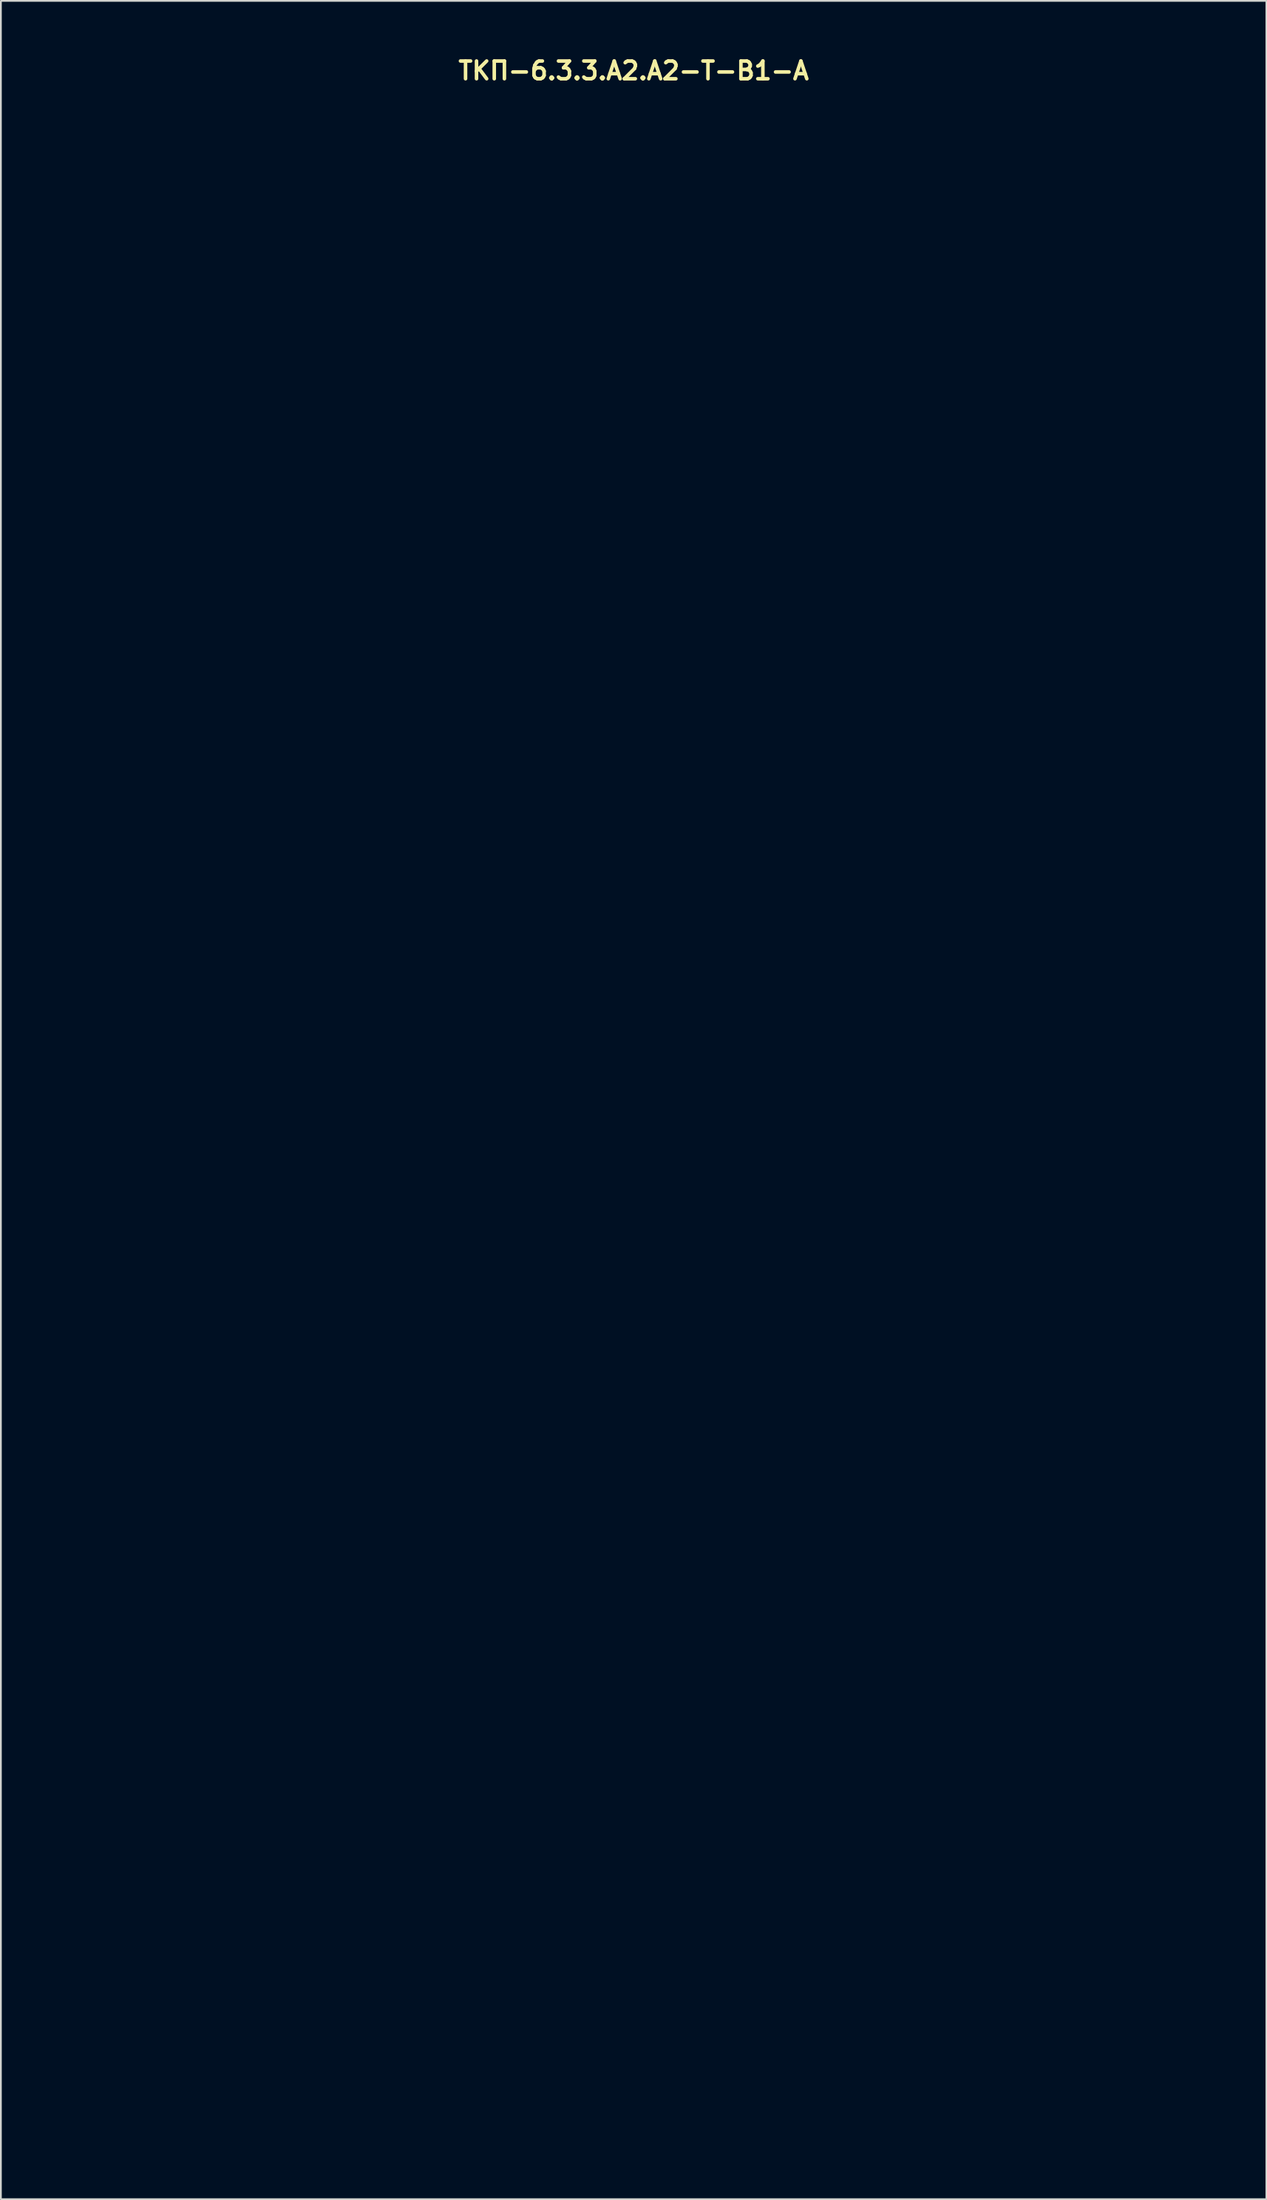
<source format=kicad_pcb>
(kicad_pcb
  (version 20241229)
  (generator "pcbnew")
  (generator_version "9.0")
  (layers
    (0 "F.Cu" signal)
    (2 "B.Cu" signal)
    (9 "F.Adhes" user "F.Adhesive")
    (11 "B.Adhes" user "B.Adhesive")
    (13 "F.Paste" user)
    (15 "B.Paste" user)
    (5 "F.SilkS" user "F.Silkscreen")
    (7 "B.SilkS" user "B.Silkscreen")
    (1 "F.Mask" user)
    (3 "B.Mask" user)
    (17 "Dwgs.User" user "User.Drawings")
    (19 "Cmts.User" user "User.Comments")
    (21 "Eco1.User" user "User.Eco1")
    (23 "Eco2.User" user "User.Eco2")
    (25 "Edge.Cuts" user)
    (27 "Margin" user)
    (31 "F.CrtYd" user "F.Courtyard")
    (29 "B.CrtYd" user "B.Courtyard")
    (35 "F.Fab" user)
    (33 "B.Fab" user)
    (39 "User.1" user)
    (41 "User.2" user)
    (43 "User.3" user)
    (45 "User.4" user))
  (footprint "ТКП-6.3.3.A2.A2-T-B1-A"
    (layer "F.Cu")
    (at 32.67 59.737)
    (property "Reference" "ТКП-6.3.3.A2.A2-T-B1-A" (at 0 -58.801 0) (layer "F.SilkS") (effects (font (size 1 1) (thickness 0.2))))
    (attr through_hole)
    (fp_line (start -32.47 -57.98) (end -32.47 57.98) (stroke (width 0.4) (type solid)) (layer "Eco1.User"))
    (fp_line (start -32.47 -57.98) (end 32.47 -57.98) (stroke (width 0.4) (type solid)) (layer "Eco1.User"))
    (fp_line (start -32.47 -55.98) (end 32.47 -55.98) (stroke (width 0.2) (type solid)) (layer "Eco1.User"))
    (fp_line (start -32.47 55.98) (end 32.47 55.98) (stroke (width 0.2) (type solid)) (layer "Eco1.User"))
    (fp_line (start -32.47 57.98) (end 32.47 57.98) (stroke (width 0.4) (type solid)) (layer "Eco1.User"))
    (fp_line (start 32.47 -57.98) (end 32.47 57.98) (stroke (width 0.4) (type solid)) (layer "Eco1.User"))
    (fp_circle (center -19.05 -40.44) (end -15.45 -40.44) (stroke (width 0.4) (type solid)) (fill no) (layer "Eco1.User"))
    (fp_circle (center -19.05 -40.44) (end -9.55 -40.44) (stroke (width 0.4) (type solid)) (fill no) (layer "Eco1.User"))
    (fp_circle (center -8.89 -50.8) (end -7.39 -50.8) (stroke (width 0.4) (type solid)) (fill no) (layer "Eco1.User"))
    (fp_circle (center -8.89 -50.8) (end -6.04 -50.8) (stroke (width 0.4) (type solid)) (fill no) (layer "Eco1.User"))
    (fp_circle (center 0 -26.47) (end 3.6 -26.47) (stroke (width 0.4) (type solid)) (fill no) (layer "Eco1.User"))
    (fp_circle (center 0 -26.47) (end 9.5 -26.47) (stroke (width 0.4) (type solid)) (fill no) (layer "Eco1.User"))
    (fp_circle (center 0 -7.62) (end 2.8 -7.62) (stroke (width 0.4) (type solid)) (fill no) (layer "Eco1.User"))
    (fp_circle (center 0 19.05) (end 6 19.05) (stroke (width 0.4) (type solid)) (fill no) (layer "Eco1.User"))
    (fp_circle (center 0 19.05) (end 10 19.05) (stroke (width 0.4) (type solid)) (fill no) (layer "Eco1.User"))
    (fp_circle (center 8.89 -50.8) (end 10.39 -50.8) (stroke (width 0.4) (type solid)) (fill no) (layer "Eco1.User"))
    (fp_circle (center 8.89 -50.8) (end 11.74 -50.8) (stroke (width 0.4) (type solid)) (fill no) (layer "Eco1.User"))
    (fp_circle (center 19.05 -40.44) (end 22.65 -40.44) (stroke (width 0.4) (type solid)) (fill no) (layer "Eco1.User"))
    (fp_circle (center 19.05 -40.44) (end 28.55 -40.44) (stroke (width 0.4) (type solid)) (fill no) (layer "Eco1.User"))
    (fp_line (start -32.47 -57.98) (end -32.47 57.98) (stroke (width 0.4) (type solid)) (layer "Eco2.User"))
    (fp_line (start -32.47 -57.98) (end 32.47 -57.98) (stroke (width 0.4) (type solid)) (layer "Eco2.User"))
    (fp_line (start -32.47 57.98) (end 32.47 57.98) (stroke (width 0.4) (type solid)) (layer "Eco2.User"))
    (fp_line (start -29.21 -54.928) (end -29.21 -49.847) (stroke (width 0.5) (type solid)) (layer "Eco2.User"))
    (fp_line (start -29.21 -54.928) (end -22.225 -54.928) (stroke (width 0.5) (type solid)) (layer "Eco2.User"))
    (fp_line (start -29.21 -49.847) (end -26.035 -46.672) (stroke (width 0.5) (type solid)) (layer "Eco2.User"))
    (fp_line (start -29.21 -44.767) (end -29.21 -39.688) (stroke (width 0.5) (type solid)) (layer "Eco2.User"))
    (fp_line (start -29.21 -44.767) (end -22.225 -44.767) (stroke (width 0.5) (type solid)) (layer "Eco2.User"))
    (fp_line (start -29.21 -39.688) (end -26.035 -36.513) (stroke (width 0.5) (type solid)) (layer "Eco2.User"))
    (fp_line (start -29.21 -34.608) (end -29.21 -29.527) (stroke (width 0.5) (type solid)) (layer "Eco2.User"))
    (fp_line (start -29.21 -34.608) (end -22.225 -34.608) (stroke (width 0.5) (type solid)) (layer "Eco2.User"))
    (fp_line (start -29.21 -29.527) (end -28.575 -28.892) (stroke (width 0.5) (type solid)) (layer "Eco2.User"))
    (fp_line (start -29.21 -24.448) (end -29.21 -19.367) (stroke (width 0.5) (type solid)) (layer "Eco2.User"))
    (fp_line (start -29.21 -24.448) (end -22.225 -24.448) (stroke (width 0.5) (type solid)) (layer "Eco2.User"))
    (fp_line (start -29.21 -19.367) (end -26.035 -16.192) (stroke (width 0.5) (type solid)) (layer "Eco2.User"))
    (fp_line (start -29.21 -14.287) (end -29.21 -9.207) (stroke (width 0.5) (type solid)) (layer "Eco2.User"))
    (fp_line (start -29.21 -14.287) (end -22.225 -14.287) (stroke (width 0.5) (type solid)) (layer "Eco2.User"))
    (fp_line (start -29.21 -9.207) (end -26.035 -6.032) (stroke (width 0.5) (type solid)) (layer "Eco2.User"))
    (fp_line (start -29.21 -4.128) (end -29.21 0.953) (stroke (width 0.5) (type solid)) (layer "Eco2.User"))
    (fp_line (start -29.21 -4.128) (end -22.225 -4.128) (stroke (width 0.5) (type solid)) (layer "Eco2.User"))
    (fp_line (start -29.21 0.953) (end -26.035 4.128) (stroke (width 0.5) (type solid)) (layer "Eco2.User"))
    (fp_line (start -29.21 6.032) (end -29.21 11.113) (stroke (width 0.5) (type solid)) (layer "Eco2.User"))
    (fp_line (start -29.21 6.032) (end -22.225 6.032) (stroke (width 0.5) (type solid)) (layer "Eco2.User"))
    (fp_line (start -29.21 11.113) (end -26.035 14.287) (stroke (width 0.5) (type solid)) (layer "Eco2.User"))
    (fp_line (start -29.21 16.192) (end -29.21 21.273) (stroke (width 0.5) (type solid)) (layer "Eco2.User"))
    (fp_line (start -29.21 16.192) (end -22.225 16.192) (stroke (width 0.5) (type solid)) (layer "Eco2.User"))
    (fp_line (start -29.21 21.273) (end -26.035 24.448) (stroke (width 0.5) (type solid)) (layer "Eco2.User"))
    (fp_line (start -29.21 26.352) (end -29.21 31.433) (stroke (width 0.5) (type solid)) (layer "Eco2.User"))
    (fp_line (start -29.21 26.352) (end -22.225 26.352) (stroke (width 0.5) (type solid)) (layer "Eco2.User"))
    (fp_line (start -29.21 31.433) (end -26.035 34.608) (stroke (width 0.5) (type solid)) (layer "Eco2.User"))
    (fp_line (start -29.21 36.513) (end -29.21 41.593) (stroke (width 0.5) (type solid)) (layer "Eco2.User"))
    (fp_line (start -29.21 36.513) (end -22.225 36.513) (stroke (width 0.5) (type solid)) (layer "Eco2.User"))
    (fp_line (start -29.21 41.593) (end -26.035 44.767) (stroke (width 0.5) (type solid)) (layer "Eco2.User"))
    (fp_line (start -29.21 46.672) (end -29.21 51.752) (stroke (width 0.5) (type solid)) (layer "Eco2.User"))
    (fp_line (start -29.21 46.672) (end 1.905 46.672) (stroke (width 0.5) (type solid)) (layer "Eco2.User"))
    (fp_line (start -29.21 51.752) (end -26.035 54.928) (stroke (width 0.5) (type solid)) (layer "Eco2.User"))
    (fp_line (start -26.035 -46.672) (end -19.05 -46.672) (stroke (width 0.5) (type solid)) (layer "Eco2.User"))
    (fp_line (start -26.035 -36.513) (end -19.05 -36.513) (stroke (width 0.5) (type solid)) (layer "Eco2.User"))
    (fp_line (start -26.035 -16.192) (end -19.05 -16.192) (stroke (width 0.5) (type solid)) (layer "Eco2.User"))
    (fp_line (start -26.035 -6.032) (end -19.05 -6.032) (stroke (width 0.5) (type solid)) (layer "Eco2.User"))
    (fp_line (start -26.035 4.128) (end -19.05 4.128) (stroke (width 0.5) (type solid)) (layer "Eco2.User"))
    (fp_line (start -26.035 14.287) (end -19.05 14.287) (stroke (width 0.5) (type solid)) (layer "Eco2.User"))
    (fp_line (start -26.035 24.448) (end -19.05 24.448) (stroke (width 0.5) (type solid)) (layer "Eco2.User"))
    (fp_line (start -26.035 34.608) (end -19.05 34.608) (stroke (width 0.5) (type solid)) (layer "Eco2.User"))
    (fp_line (start -26.035 44.767) (end -19.05 44.767) (stroke (width 0.5) (type solid)) (layer "Eco2.User"))
    (fp_line (start -26.035 54.928) (end 5.08 54.928) (stroke (width 0.5) (type solid)) (layer "Eco2.User"))
    (fp_line (start -22.225 -54.928) (end -19.05 -51.752) (stroke (width 0.5) (type solid)) (layer "Eco2.User"))
    (fp_line (start -22.225 -44.767) (end -19.05 -41.593) (stroke (width 0.5) (type solid)) (layer "Eco2.User"))
    (fp_line (start -22.225 -34.608) (end -19.05 -31.433) (stroke (width 0.5) (type solid)) (layer "Eco2.User"))
    (fp_line (start -22.225 -24.448) (end -19.05 -21.273) (stroke (width 0.5) (type solid)) (layer "Eco2.User"))
    (fp_line (start -22.225 -14.287) (end -19.05 -11.113) (stroke (width 0.5) (type solid)) (layer "Eco2.User"))
    (fp_line (start -22.225 -4.128) (end -19.05 -0.953) (stroke (width 0.5) (type solid)) (layer "Eco2.User"))
    (fp_line (start -22.225 6.032) (end -19.05 9.207) (stroke (width 0.5) (type solid)) (layer "Eco2.User"))
    (fp_line (start -22.225 16.192) (end -19.05 19.367) (stroke (width 0.5) (type solid)) (layer "Eco2.User"))
    (fp_line (start -22.225 26.352) (end -19.05 29.527) (stroke (width 0.5) (type solid)) (layer "Eco2.User"))
    (fp_line (start -22.225 36.513) (end -19.05 39.688) (stroke (width 0.5) (type solid)) (layer "Eco2.User"))
    (fp_line (start -19.05 -51.752) (end -19.05 -46.672) (stroke (width 0.5) (type solid)) (layer "Eco2.User"))
    (fp_line (start -19.05 -41.593) (end -19.05 -36.513) (stroke (width 0.5) (type solid)) (layer "Eco2.User"))
    (fp_line (start -19.05 -31.433) (end -19.05 -29.845) (stroke (width 0.5) (type solid)) (layer "Eco2.User"))
    (fp_line (start -19.05 -21.273) (end -19.05 -16.192) (stroke (width 0.5) (type solid)) (layer "Eco2.User"))
    (fp_line (start -19.05 -11.113) (end -19.05 -6.032) (stroke (width 0.5) (type solid)) (layer "Eco2.User"))
    (fp_line (start -19.05 -0.953) (end -19.05 4.128) (stroke (width 0.5) (type solid)) (layer "Eco2.User"))
    (fp_line (start -19.05 9.207) (end -19.05 14.287) (stroke (width 0.5) (type solid)) (layer "Eco2.User"))
    (fp_line (start -19.05 19.367) (end -19.05 24.448) (stroke (width 0.5) (type solid)) (layer "Eco2.User"))
    (fp_line (start -19.05 29.527) (end -19.05 34.608) (stroke (width 0.5) (type solid)) (layer "Eco2.User"))
    (fp_line (start -19.05 39.688) (end -19.05 44.767) (stroke (width 0.5) (type solid)) (layer "Eco2.User"))
    (fp_line (start -17.145 -54.928) (end -17.145 -49.847) (stroke (width 0.5) (type solid)) (layer "Eco2.User"))
    (fp_line (start -17.145 -54.928) (end -10.16 -54.928) (stroke (width 0.5) (type solid)) (layer "Eco2.User"))
    (fp_line (start -17.145 -49.847) (end -13.97 -46.672) (stroke (width 0.5) (type solid)) (layer "Eco2.User"))
    (fp_line (start -17.145 -44.767) (end -17.145 -39.688) (stroke (width 0.5) (type solid)) (layer "Eco2.User"))
    (fp_line (start -17.145 -44.767) (end 13.97 -44.767) (stroke (width 0.5) (type solid)) (layer "Eco2.User"))
    (fp_line (start -17.145 -39.688) (end -13.97 -36.513) (stroke (width 0.5) (type solid)) (layer "Eco2.User"))
    (fp_line (start -17.145 -34.608) (end -17.145 -29.845) (stroke (width 0.5) (type solid)) (layer "Eco2.User"))
    (fp_line (start -17.145 -34.608) (end -10.16 -34.608) (stroke (width 0.5) (type solid)) (layer "Eco2.User"))
    (fp_line (start -17.145 -24.448) (end -17.145 -19.367) (stroke (width 0.5) (type solid)) (layer "Eco2.User"))
    (fp_line (start -17.145 -24.448) (end -10.16 -24.448) (stroke (width 0.5) (type solid)) (layer "Eco2.User"))
    (fp_line (start -17.145 -19.367) (end -13.97 -16.192) (stroke (width 0.5) (type solid)) (layer "Eco2.User"))
    (fp_line (start -17.145 -14.287) (end -17.145 -9.207) (stroke (width 0.5) (type solid)) (layer "Eco2.User"))
    (fp_line (start -17.145 -14.287) (end -10.16 -14.287) (stroke (width 0.5) (type solid)) (layer "Eco2.User"))
    (fp_line (start -17.145 -9.207) (end -13.97 -6.032) (stroke (width 0.5) (type solid)) (layer "Eco2.User"))
    (fp_line (start -17.145 -4.128) (end -17.145 0.953) (stroke (width 0.5) (type solid)) (layer "Eco2.User"))
    (fp_line (start -17.145 -4.128) (end -10.16 -4.128) (stroke (width 0.5) (type solid)) (layer "Eco2.User"))
    (fp_line (start -17.145 0.953) (end -13.97 4.128) (stroke (width 0.5) (type solid)) (layer "Eco2.User"))
    (fp_line (start -17.145 6.032) (end -17.145 11.113) (stroke (width 0.5) (type solid)) (layer "Eco2.User"))
    (fp_line (start -17.145 6.032) (end -10.16 6.032) (stroke (width 0.5) (type solid)) (layer "Eco2.User"))
    (fp_line (start -17.145 11.113) (end -13.97 14.287) (stroke (width 0.5) (type solid)) (layer "Eco2.User"))
    (fp_line (start -17.145 16.192) (end -17.145 21.273) (stroke (width 0.5) (type solid)) (layer "Eco2.User"))
    (fp_line (start -17.145 16.192) (end -10.16 16.192) (stroke (width 0.5) (type solid)) (layer "Eco2.User"))
    (fp_line (start -17.145 21.273) (end -13.97 24.448) (stroke (width 0.5) (type solid)) (layer "Eco2.User"))
    (fp_line (start -17.145 26.352) (end -17.145 31.433) (stroke (width 0.5) (type solid)) (layer "Eco2.User"))
    (fp_line (start -17.145 26.352) (end -10.16 26.352) (stroke (width 0.5) (type solid)) (layer "Eco2.User"))
    (fp_line (start -17.145 31.433) (end -13.97 34.608) (stroke (width 0.5) (type solid)) (layer "Eco2.User"))
    (fp_line (start -17.145 36.513) (end -17.145 41.593) (stroke (width 0.5) (type solid)) (layer "Eco2.User"))
    (fp_line (start -17.145 36.513) (end 13.97 36.513) (stroke (width 0.5) (type solid)) (layer "Eco2.User"))
    (fp_line (start -17.145 41.593) (end -13.97 44.767) (stroke (width 0.5) (type solid)) (layer "Eco2.User"))
    (fp_line (start -13.97 -46.672) (end -6.985 -46.672) (stroke (width 0.5) (type solid)) (layer "Eco2.User"))
    (fp_line (start -13.97 -36.513) (end 17.145 -36.513) (stroke (width 0.5) (type solid)) (layer "Eco2.User"))
    (fp_line (start -13.97 -16.192) (end -6.985 -16.192) (stroke (width 0.5) (type solid)) (layer "Eco2.User"))
    (fp_line (start -13.97 -6.032) (end -6.985 -6.032) (stroke (width 0.5) (type solid)) (layer "Eco2.User"))
    (fp_line (start -13.97 4.128) (end -6.985 4.128) (stroke (width 0.5) (type solid)) (layer "Eco2.User"))
    (fp_line (start -13.97 14.287) (end -6.985 14.287) (stroke (width 0.5) (type solid)) (layer "Eco2.User"))
    (fp_line (start -13.97 24.448) (end -6.985 24.448) (stroke (width 0.5) (type solid)) (layer "Eco2.User"))
    (fp_line (start -13.97 34.608) (end -6.985 34.608) (stroke (width 0.5) (type solid)) (layer "Eco2.User"))
    (fp_line (start -13.97 44.767) (end 17.145 44.767) (stroke (width 0.5) (type solid)) (layer "Eco2.User"))
    (fp_line (start -10.16 -54.928) (end -6.985 -51.752) (stroke (width 0.5) (type solid)) (layer "Eco2.User"))
    (fp_line (start -10.16 -34.608) (end -6.985 -31.433) (stroke (width 0.5) (type solid)) (layer "Eco2.User"))
    (fp_line (start -10.16 -24.448) (end -6.985 -21.273) (stroke (width 0.5) (type solid)) (layer "Eco2.User"))
    (fp_line (start -10.16 -14.287) (end -6.985 -11.113) (stroke (width 0.5) (type solid)) (layer "Eco2.User"))
    (fp_line (start -10.16 -4.128) (end -6.985 -0.953) (stroke (width 0.5) (type solid)) (layer "Eco2.User"))
    (fp_line (start -10.16 6.032) (end -6.985 9.207) (stroke (width 0.5) (type solid)) (layer "Eco2.User"))
    (fp_line (start -10.16 16.192) (end -6.985 19.367) (stroke (width 0.5) (type solid)) (layer "Eco2.User"))
    (fp_line (start -10.16 26.352) (end -6.985 29.527) (stroke (width 0.5) (type solid)) (layer "Eco2.User"))
    (fp_line (start -9.842 -26.352) (end -6.985 -26.352) (stroke (width 0.5) (type solid)) (layer "Eco2.User"))
    (fp_line (start -6.985 -51.752) (end -6.985 -46.672) (stroke (width 0.5) (type solid)) (layer "Eco2.User"))
    (fp_line (start -6.985 -31.433) (end -6.985 -26.352) (stroke (width 0.5) (type solid)) (layer "Eco2.User"))
    (fp_line (start -6.985 -21.273) (end -6.985 -16.192) (stroke (width 0.5) (type solid)) (layer "Eco2.User"))
    (fp_line (start -6.985 -11.113) (end -6.985 -6.032) (stroke (width 0.5) (type solid)) (layer "Eco2.User"))
    (fp_line (start -6.985 -0.953) (end -6.985 4.128) (stroke (width 0.5) (type solid)) (layer "Eco2.User"))
    (fp_line (start -6.985 9.207) (end -6.985 14.287) (stroke (width 0.5) (type solid)) (layer "Eco2.User"))
    (fp_line (start -6.985 19.367) (end -6.985 24.448) (stroke (width 0.5) (type solid)) (layer "Eco2.User"))
    (fp_line (start -6.985 29.527) (end -6.985 34.608) (stroke (width 0.5) (type solid)) (layer "Eco2.User"))
    (fp_line (start -5.715 -40.64) (end -4.445 -40.64) (stroke (width 0.25) (type solid)) (layer "Eco2.User"))
    (fp_line (start -5.08 -54.928) (end -5.08 -49.847) (stroke (width 0.5) (type solid)) (layer "Eco2.User"))
    (fp_line (start -5.08 -54.928) (end 1.905 -54.928) (stroke (width 0.5) (type solid)) (layer "Eco2.User"))
    (fp_line (start -5.08 -49.847) (end -1.905 -46.672) (stroke (width 0.5) (type solid)) (layer "Eco2.User"))
    (fp_line (start -5.08 -41.275) (end -5.08 -40.005) (stroke (width 0.25) (type solid)) (layer "Eco2.User"))
    (fp_line (start -5.08 -34.608) (end -5.08 -29.527) (stroke (width 0.5) (type solid)) (layer "Eco2.User"))
    (fp_line (start -5.08 -34.608) (end 1.905 -34.608) (stroke (width 0.5) (type solid)) (layer "Eco2.User"))
    (fp_line (start -5.08 -29.527) (end -1.905 -26.352) (stroke (width 0.5) (type solid)) (layer "Eco2.User"))
    (fp_line (start -5.08 -24.448) (end -5.08 -19.367) (stroke (width 0.5) (type solid)) (layer "Eco2.User"))
    (fp_line (start -5.08 -24.448) (end 1.905 -24.448) (stroke (width 0.5) (type solid)) (layer "Eco2.User"))
    (fp_line (start -5.08 -19.367) (end -1.905 -16.192) (stroke (width 0.5) (type solid)) (layer "Eco2.User"))
    (fp_line (start -5.08 -11.113) (end -5.08 -9.207) (stroke (width 0.5) (type solid)) (layer "Eco2.User"))
    (fp_line (start -5.08 -9.207) (end -1.905 -6.032) (stroke (width 0.5) (type solid)) (layer "Eco2.User"))
    (fp_line (start -5.08 -4.128) (end -5.08 0.953) (stroke (width 0.5) (type solid)) (layer "Eco2.User"))
    (fp_line (start -5.08 -4.128) (end 1.905 -4.128) (stroke (width 0.5) (type solid)) (layer "Eco2.User"))
    (fp_line (start -5.08 0.953) (end -1.905 4.128) (stroke (width 0.5) (type solid)) (layer "Eco2.User"))
    (fp_line (start -5.08 6.032) (end -5.08 11.113) (stroke (width 0.5) (type solid)) (layer "Eco2.User"))
    (fp_line (start -5.08 6.032) (end 1.905 6.032) (stroke (width 0.5) (type solid)) (layer "Eco2.User"))
    (fp_line (start -5.08 11.113) (end -1.905 14.287) (stroke (width 0.5) (type solid)) (layer "Eco2.User"))
    (fp_line (start -5.08 26.352) (end -5.08 31.433) (stroke (width 0.5) (type solid)) (layer "Eco2.User"))
    (fp_line (start -5.08 26.352) (end 1.905 26.352) (stroke (width 0.5) (type solid)) (layer "Eco2.User"))
    (fp_line (start -5.08 31.433) (end -1.905 34.608) (stroke (width 0.5) (type solid)) (layer "Eco2.User"))
    (fp_line (start -3.81 -40.64) (end -1.27 -40.64) (stroke (width 0.5) (type solid)) (layer "Eco2.User"))
    (fp_line (start -1.905 -46.672) (end 5.08 -46.672) (stroke (width 0.5) (type solid)) (layer "Eco2.User"))
    (fp_line (start -1.905 -26.352) (end 5.08 -26.352) (stroke (width 0.5) (type solid)) (layer "Eco2.User"))
    (fp_line (start -1.905 -16.192) (end 5.08 -16.192) (stroke (width 0.5) (type solid)) (layer "Eco2.User"))
    (fp_line (start -1.905 -6.032) (end 5.08 -6.032) (stroke (width 0.5) (type solid)) (layer "Eco2.User"))
    (fp_line (start -1.905 4.128) (end 5.08 4.128) (stroke (width 0.5) (type solid)) (layer "Eco2.User"))
    (fp_line (start -1.905 14.287) (end 5.08 14.287) (stroke (width 0.5) (type solid)) (layer "Eco2.User"))
    (fp_line (start -1.905 34.608) (end 5.08 34.608) (stroke (width 0.5) (type solid)) (layer "Eco2.User"))
    (fp_line (start 0 -40.64) (end 3.81 -40.64) (stroke (width 0.5) (type solid)) (layer "Eco2.User"))
    (fp_line (start 1.905 -54.928) (end 5.08 -51.752) (stroke (width 0.5) (type solid)) (layer "Eco2.User"))
    (fp_line (start 1.905 -34.608) (end 5.08 -31.433) (stroke (width 0.5) (type solid)) (layer "Eco2.User"))
    (fp_line (start 1.905 -24.448) (end 5.08 -21.273) (stroke (width 0.5) (type solid)) (layer "Eco2.User"))
    (fp_line (start 1.905 -4.128) (end 5.08 -0.953) (stroke (width 0.5) (type solid)) (layer "Eco2.User"))
    (fp_line (start 1.905 6.032) (end 5.08 9.207) (stroke (width 0.5) (type solid)) (layer "Eco2.User"))
    (fp_line (start 1.905 26.352) (end 5.08 29.527) (stroke (width 0.5) (type solid)) (layer "Eco2.User"))
    (fp_line (start 1.905 46.672) (end 5.08 49.847) (stroke (width 0.5) (type solid)) (layer "Eco2.User"))
    (fp_line (start 4.445 -40.64) (end 5.715 -40.64) (stroke (width 0.25) (type solid)) (layer "Eco2.User"))
    (fp_line (start 5.08 -51.752) (end 5.08 -46.672) (stroke (width 0.5) (type solid)) (layer "Eco2.User"))
    (fp_line (start 5.08 -31.433) (end 5.08 -26.352) (stroke (width 0.5) (type solid)) (layer "Eco2.User"))
    (fp_line (start 5.08 -21.273) (end 5.08 -16.192) (stroke (width 0.5) (type solid)) (layer "Eco2.User"))
    (fp_line (start 5.08 -11.113) (end 5.08 -6.032) (stroke (width 0.5) (type solid)) (layer "Eco2.User"))
    (fp_line (start 5.08 -0.953) (end 5.08 4.128) (stroke (width 0.5) (type solid)) (layer "Eco2.User"))
    (fp_line (start 5.08 9.207) (end 5.08 14.287) (stroke (width 0.5) (type solid)) (layer "Eco2.User"))
    (fp_line (start 5.08 29.527) (end 5.08 34.608) (stroke (width 0.5) (type solid)) (layer "Eco2.User"))
    (fp_line (start 5.08 49.847) (end 5.08 54.928) (stroke (width 0.5) (type solid)) (layer "Eco2.User"))
    (fp_line (start 6.985 -54.928) (end 6.985 -49.847) (stroke (width 0.5) (type solid)) (layer "Eco2.User"))
    (fp_line (start 6.985 -54.928) (end 13.97 -54.928) (stroke (width 0.5) (type solid)) (layer "Eco2.User"))
    (fp_line (start 6.985 -49.847) (end 10.16 -46.672) (stroke (width 0.5) (type solid)) (layer "Eco2.User"))
    (fp_line (start 6.985 -34.608) (end 6.985 -29.527) (stroke (width 0.5) (type solid)) (layer "Eco2.User"))
    (fp_line (start 6.985 -34.608) (end 13.97 -34.608) (stroke (width 0.5) (type solid)) (layer "Eco2.User"))
    (fp_line (start 6.985 -29.527) (end 9.525 -26.988) (stroke (width 0.5) (type solid)) (layer "Eco2.User"))
    (fp_line (start 6.985 -24.448) (end 6.985 -19.367) (stroke (width 0.5) (type solid)) (layer "Eco2.User"))
    (fp_line (start 6.985 -24.448) (end 13.97 -24.448) (stroke (width 0.5) (type solid)) (layer "Eco2.User"))
    (fp_line (start 6.985 -19.367) (end 10.16 -16.192) (stroke (width 0.5) (type solid)) (layer "Eco2.User"))
    (fp_line (start 6.985 -14.287) (end 6.985 -9.207) (stroke (width 0.5) (type solid)) (layer "Eco2.User"))
    (fp_line (start 6.985 -14.287) (end 13.97 -14.287) (stroke (width 0.5) (type solid)) (layer "Eco2.User"))
    (fp_line (start 6.985 -9.207) (end 10.16 -6.032) (stroke (width 0.5) (type solid)) (layer "Eco2.User"))
    (fp_line (start 6.985 -4.128) (end 6.985 0.953) (stroke (width 0.5) (type solid)) (layer "Eco2.User"))
    (fp_line (start 6.985 -4.128) (end 13.97 -4.128) (stroke (width 0.5) (type solid)) (layer "Eco2.User"))
    (fp_line (start 6.985 0.953) (end 10.16 4.128) (stroke (width 0.5) (type solid)) (layer "Eco2.User"))
    (fp_line (start 6.985 6.032) (end 6.985 11.113) (stroke (width 0.5) (type solid)) (layer "Eco2.User"))
    (fp_line (start 6.985 6.032) (end 13.97 6.032) (stroke (width 0.5) (type solid)) (layer "Eco2.User"))
    (fp_line (start 6.985 11.113) (end 10.16 14.287) (stroke (width 0.5) (type solid)) (layer "Eco2.User"))
    (fp_line (start 6.985 16.192) (end 6.985 21.273) (stroke (width 0.5) (type solid)) (layer "Eco2.User"))
    (fp_line (start 6.985 16.192) (end 13.97 16.192) (stroke (width 0.5) (type solid)) (layer "Eco2.User"))
    (fp_line (start 6.985 21.273) (end 10.16 24.448) (stroke (width 0.5) (type solid)) (layer "Eco2.User"))
    (fp_line (start 6.985 26.352) (end 6.985 31.433) (stroke (width 0.5) (type solid)) (layer "Eco2.User"))
    (fp_line (start 6.985 26.352) (end 13.97 26.352) (stroke (width 0.5) (type solid)) (layer "Eco2.User"))
    (fp_line (start 6.985 31.433) (end 10.16 34.608) (stroke (width 0.5) (type solid)) (layer "Eco2.User"))
    (fp_line (start 6.985 46.672) (end 6.985 51.752) (stroke (width 0.5) (type solid)) (layer "Eco2.User"))
    (fp_line (start 6.985 46.672) (end 26.035 46.672) (stroke (width 0.5) (type solid)) (layer "Eco2.User"))
    (fp_line (start 6.985 51.752) (end 10.16 54.928) (stroke (width 0.5) (type solid)) (layer "Eco2.User"))
    (fp_line (start 10.16 -46.672) (end 17.145 -46.672) (stroke (width 0.5) (type solid)) (layer "Eco2.User"))
    (fp_line (start 10.16 -16.192) (end 17.145 -16.192) (stroke (width 0.5) (type solid)) (layer "Eco2.User"))
    (fp_line (start 10.16 -6.032) (end 17.145 -6.032) (stroke (width 0.5) (type solid)) (layer "Eco2.User"))
    (fp_line (start 10.16 4.128) (end 17.145 4.128) (stroke (width 0.5) (type solid)) (layer "Eco2.User"))
    (fp_line (start 10.16 14.287) (end 17.145 14.287) (stroke (width 0.5) (type solid)) (layer "Eco2.User"))
    (fp_line (start 10.16 24.448) (end 17.145 24.448) (stroke (width 0.5) (type solid)) (layer "Eco2.User"))
    (fp_line (start 10.16 34.608) (end 17.145 34.608) (stroke (width 0.5) (type solid)) (layer "Eco2.User"))
    (fp_line (start 10.16 54.928) (end 29.21 54.928) (stroke (width 0.5) (type solid)) (layer "Eco2.User"))
    (fp_line (start 13.97 -54.928) (end 17.145 -51.752) (stroke (width 0.5) (type solid)) (layer "Eco2.User"))
    (fp_line (start 13.97 -44.767) (end 17.145 -41.593) (stroke (width 0.5) (type solid)) (layer "Eco2.User"))
    (fp_line (start 13.97 -34.608) (end 17.145 -31.433) (stroke (width 0.5) (type solid)) (layer "Eco2.User"))
    (fp_line (start 13.97 -24.448) (end 17.145 -21.273) (stroke (width 0.5) (type solid)) (layer "Eco2.User"))
    (fp_line (start 13.97 -14.287) (end 17.145 -11.113) (stroke (width 0.5) (type solid)) (layer "Eco2.User"))
    (fp_line (start 13.97 -4.128) (end 17.145 -0.953) (stroke (width 0.5) (type solid)) (layer "Eco2.User"))
    (fp_line (start 13.97 6.032) (end 17.145 9.207) (stroke (width 0.5) (type solid)) (layer "Eco2.User"))
    (fp_line (start 13.97 16.192) (end 17.145 19.367) (stroke (width 0.5) (type solid)) (layer "Eco2.User"))
    (fp_line (start 13.97 26.352) (end 17.145 29.527) (stroke (width 0.5) (type solid)) (layer "Eco2.User"))
    (fp_line (start 13.97 36.513) (end 17.145 39.688) (stroke (width 0.5) (type solid)) (layer "Eco2.User"))
    (fp_line (start 17.145 -51.752) (end 17.145 -46.672) (stroke (width 0.5) (type solid)) (layer "Eco2.User"))
    (fp_line (start 17.145 -41.593) (end 17.145 -36.513) (stroke (width 0.5) (type solid)) (layer "Eco2.User"))
    (fp_line (start 17.145 -31.433) (end 17.145 -29.845) (stroke (width 0.5) (type solid)) (layer "Eco2.User"))
    (fp_line (start 17.145 -21.273) (end 17.145 -16.192) (stroke (width 0.5) (type solid)) (layer "Eco2.User"))
    (fp_line (start 17.145 -11.113) (end 17.145 -6.032) (stroke (width 0.5) (type solid)) (layer "Eco2.User"))
    (fp_line (start 17.145 -0.953) (end 17.145 4.128) (stroke (width 0.5) (type solid)) (layer "Eco2.User"))
    (fp_line (start 17.145 9.207) (end 17.145 14.287) (stroke (width 0.5) (type solid)) (layer "Eco2.User"))
    (fp_line (start 17.145 19.367) (end 17.145 24.448) (stroke (width 0.5) (type solid)) (layer "Eco2.User"))
    (fp_line (start 17.145 29.527) (end 17.145 34.608) (stroke (width 0.5) (type solid)) (layer "Eco2.User"))
    (fp_line (start 17.145 39.688) (end 17.145 44.767) (stroke (width 0.5) (type solid)) (layer "Eco2.User"))
    (fp_line (start 19.05 -54.928) (end 19.05 -49.847) (stroke (width 0.5) (type solid)) (layer "Eco2.User"))
    (fp_line (start 19.05 -54.928) (end 26.035 -54.928) (stroke (width 0.5) (type solid)) (layer "Eco2.User"))
    (fp_line (start 19.05 -49.847) (end 22.225 -46.672) (stroke (width 0.5) (type solid)) (layer "Eco2.User"))
    (fp_line (start 19.05 -44.767) (end 19.05 -39.688) (stroke (width 0.5) (type solid)) (layer "Eco2.User"))
    (fp_line (start 19.05 -44.767) (end 26.035 -44.767) (stroke (width 0.5) (type solid)) (layer "Eco2.User"))
    (fp_line (start 19.05 -39.688) (end 22.225 -36.513) (stroke (width 0.5) (type solid)) (layer "Eco2.User"))
    (fp_line (start 19.05 -34.608) (end 19.05 -29.845) (stroke (width 0.5) (type solid)) (layer "Eco2.User"))
    (fp_line (start 19.05 -34.608) (end 26.035 -34.608) (stroke (width 0.5) (type solid)) (layer "Eco2.User"))
    (fp_line (start 19.05 -24.448) (end 19.05 -19.367) (stroke (width 0.5) (type solid)) (layer "Eco2.User"))
    (fp_line (start 19.05 -24.448) (end 26.035 -24.448) (stroke (width 0.5) (type solid)) (layer "Eco2.User"))
    (fp_line (start 19.05 -19.367) (end 22.225 -16.192) (stroke (width 0.5) (type solid)) (layer "Eco2.User"))
    (fp_line (start 19.05 -14.287) (end 19.05 -9.207) (stroke (width 0.5) (type solid)) (layer "Eco2.User"))
    (fp_line (start 19.05 -14.287) (end 26.035 -14.287) (stroke (width 0.5) (type solid)) (layer "Eco2.User"))
    (fp_line (start 19.05 -9.207) (end 22.225 -6.032) (stroke (width 0.5) (type solid)) (layer "Eco2.User"))
    (fp_line (start 19.05 -4.128) (end 19.05 0.953) (stroke (width 0.5) (type solid)) (layer "Eco2.User"))
    (fp_line (start 19.05 -4.128) (end 26.035 -4.128) (stroke (width 0.5) (type solid)) (layer "Eco2.User"))
    (fp_line (start 19.05 0.953) (end 22.225 4.128) (stroke (width 0.5) (type solid)) (layer "Eco2.User"))
    (fp_line (start 19.05 6.032) (end 19.05 11.113) (stroke (width 0.5) (type solid)) (layer "Eco2.User"))
    (fp_line (start 19.05 6.032) (end 26.035 6.032) (stroke (width 0.5) (type solid)) (layer "Eco2.User"))
    (fp_line (start 19.05 11.113) (end 22.225 14.287) (stroke (width 0.5) (type solid)) (layer "Eco2.User"))
    (fp_line (start 19.05 16.192) (end 19.05 21.273) (stroke (width 0.5) (type solid)) (layer "Eco2.User"))
    (fp_line (start 19.05 16.192) (end 26.035 16.192) (stroke (width 0.5) (type solid)) (layer "Eco2.User"))
    (fp_line (start 19.05 21.273) (end 22.225 24.448) (stroke (width 0.5) (type solid)) (layer "Eco2.User"))
    (fp_line (start 19.05 26.352) (end 19.05 31.433) (stroke (width 0.5) (type solid)) (layer "Eco2.User"))
    (fp_line (start 19.05 26.352) (end 26.035 26.352) (stroke (width 0.5) (type solid)) (layer "Eco2.User"))
    (fp_line (start 19.05 31.433) (end 22.225 34.608) (stroke (width 0.5) (type solid)) (layer "Eco2.User"))
    (fp_line (start 19.05 36.513) (end 19.05 41.593) (stroke (width 0.5) (type solid)) (layer "Eco2.User"))
    (fp_line (start 19.05 36.513) (end 26.035 36.513) (stroke (width 0.5) (type solid)) (layer "Eco2.User"))
    (fp_line (start 19.05 41.593) (end 22.225 44.767) (stroke (width 0.5) (type solid)) (layer "Eco2.User"))
    (fp_line (start 22.225 -46.672) (end 29.21 -46.672) (stroke (width 0.5) (type solid)) (layer "Eco2.User"))
    (fp_line (start 22.225 -36.513) (end 29.21 -36.513) (stroke (width 0.5) (type solid)) (layer "Eco2.User"))
    (fp_line (start 22.225 -16.192) (end 29.21 -16.192) (stroke (width 0.5) (type solid)) (layer "Eco2.User"))
    (fp_line (start 22.225 -6.032) (end 29.21 -6.032) (stroke (width 0.5) (type solid)) (layer "Eco2.User"))
    (fp_line (start 22.225 4.128) (end 29.21 4.128) (stroke (width 0.5) (type solid)) (layer "Eco2.User"))
    (fp_line (start 22.225 14.287) (end 29.21 14.287) (stroke (width 0.5) (type solid)) (layer "Eco2.User"))
    (fp_line (start 22.225 24.448) (end 29.21 24.448) (stroke (width 0.5) (type solid)) (layer "Eco2.User"))
    (fp_line (start 22.225 34.608) (end 29.21 34.608) (stroke (width 0.5) (type solid)) (layer "Eco2.User"))
    (fp_line (start 22.225 44.767) (end 29.21 44.767) (stroke (width 0.5) (type solid)) (layer "Eco2.User"))
    (fp_line (start 26.035 -54.928) (end 29.21 -51.752) (stroke (width 0.5) (type solid)) (layer "Eco2.User"))
    (fp_line (start 26.035 -44.767) (end 29.21 -41.593) (stroke (width 0.5) (type solid)) (layer "Eco2.User"))
    (fp_line (start 26.035 -34.608) (end 29.21 -31.433) (stroke (width 0.5) (type solid)) (layer "Eco2.User"))
    (fp_line (start 26.035 -24.448) (end 29.21 -21.273) (stroke (width 0.5) (type solid)) (layer "Eco2.User"))
    (fp_line (start 26.035 -14.287) (end 29.21 -11.113) (stroke (width 0.5) (type solid)) (layer "Eco2.User"))
    (fp_line (start 26.035 -4.128) (end 29.21 -0.953) (stroke (width 0.5) (type solid)) (layer "Eco2.User"))
    (fp_line (start 26.035 6.032) (end 29.21 9.207) (stroke (width 0.5) (type solid)) (layer "Eco2.User"))
    (fp_line (start 26.035 16.192) (end 29.21 19.367) (stroke (width 0.5) (type solid)) (layer "Eco2.User"))
    (fp_line (start 26.035 26.352) (end 29.21 29.527) (stroke (width 0.5) (type solid)) (layer "Eco2.User"))
    (fp_line (start 26.035 36.513) (end 29.21 39.688) (stroke (width 0.5) (type solid)) (layer "Eco2.User"))
    (fp_line (start 26.035 46.672) (end 29.21 49.847) (stroke (width 0.5) (type solid)) (layer "Eco2.User"))
    (fp_line (start 28.575 -26.352) (end 29.21 -26.352) (stroke (width 0.5) (type solid)) (layer "Eco2.User"))
    (fp_line (start 29.21 -51.752) (end 29.21 -46.672) (stroke (width 0.5) (type solid)) (layer "Eco2.User"))
    (fp_line (start 29.21 -41.593) (end 29.21 -36.513) (stroke (width 0.5) (type solid)) (layer "Eco2.User"))
    (fp_line (start 29.21 -31.433) (end 29.21 -26.352) (stroke (width 0.5) (type solid)) (layer "Eco2.User"))
    (fp_line (start 29.21 -21.273) (end 29.21 -16.192) (stroke (width 0.5) (type solid)) (layer "Eco2.User"))
    (fp_line (start 29.21 -11.113) (end 29.21 -6.032) (stroke (width 0.5) (type solid)) (layer "Eco2.User"))
    (fp_line (start 29.21 -0.953) (end 29.21 4.128) (stroke (width 0.5) (type solid)) (layer "Eco2.User"))
    (fp_line (start 29.21 9.207) (end 29.21 14.287) (stroke (width 0.5) (type solid)) (layer "Eco2.User"))
    (fp_line (start 29.21 19.367) (end 29.21 24.448) (stroke (width 0.5) (type solid)) (layer "Eco2.User"))
    (fp_line (start 29.21 29.527) (end 29.21 34.608) (stroke (width 0.5) (type solid)) (layer "Eco2.User"))
    (fp_line (start 29.21 39.688) (end 29.21 44.767) (stroke (width 0.5) (type solid)) (layer "Eco2.User"))
    (fp_line (start 29.21 49.847) (end 29.21 54.928) (stroke (width 0.5) (type solid)) (layer "Eco2.User"))
    (fp_line (start 32.47 -57.98) (end 32.47 57.98) (stroke (width 0.4) (type solid)) (layer "Eco2.User"))
    (fp_arc (start 0 -39.37) (mid -1.27 -40.64) (end 0 -41.91) (stroke (width 0.5) (type solid)) (layer "Eco2.User"))
    (fp_circle (center -5.08 -40.64) (end -3.81 -40.64) (stroke (width 0.5) (type solid)) (fill no) (layer "Eco2.User"))
    (fp_circle (center 0 -40.64) (end 0.25 -40.64) (stroke (width 0.5) (type solid)) (fill no) (layer "Eco2.User"))
    (fp_circle (center 5.08 -40.64) (end 6.35 -40.64) (stroke (width 0.5) (type solid)) (fill no) (layer "Eco2.User"))
    (fp_poly (pts (xy -25.4 0) (xy -22.86 -1.27) (xy -22.86 1.27)) (stroke (width 0.5) (type solid)) (fill no) (layer "Eco2.User"))
    (fp_poly (pts (xy 22.86 0) (xy 25.4 -1.27) (xy 25.4 1.27)) (stroke (width 0.5) (type solid)) (fill no) (layer "Eco2.User"))
    (fp_poly (pts (xy -27.94 -51.117) (xy -28.575 -51.117) (xy -28.575 -54.292) (xy -27.94 -54.292)) (stroke (width 0.125) (type solid)) (fill no) (layer "Eco2.User"))
    (fp_poly (pts (xy -27.94 -40.958) (xy -28.575 -40.958) (xy -28.575 -44.133) (xy -27.94 -44.133)) (stroke (width 0.125) (type solid)) (fill no) (layer "Eco2.User"))
    (fp_poly (pts (xy -27.94 -30.797) (xy -28.575 -30.797) (xy -28.575 -33.972) (xy -27.94 -33.972)) (stroke (width 0.125) (type solid)) (fill no) (layer "Eco2.User"))
    (fp_poly (pts (xy -27.94 -20.637) (xy -28.575 -20.637) (xy -28.575 -23.812) (xy -27.94 -23.812)) (stroke (width 0.125) (type solid)) (fill no) (layer "Eco2.User"))
    (fp_poly (pts (xy -27.94 -10.477) (xy -28.575 -10.477) (xy -28.575 -13.652) (xy -27.94 -13.652)) (stroke (width 0.125) (type solid)) (fill no) (layer "Eco2.User"))
    (fp_poly (pts (xy -27.94 9.842) (xy -28.575 9.842) (xy -28.575 6.668) (xy -27.94 6.668)) (stroke (width 0.125) (type solid)) (fill no) (layer "Eco2.User"))
    (fp_poly (pts (xy -27.94 20.003) (xy -28.575 20.003) (xy -28.575 16.828) (xy -27.94 16.828)) (stroke (width 0.125) (type solid)) (fill no) (layer "Eco2.User"))
    (fp_poly (pts (xy -27.94 30.163) (xy -28.575 30.163) (xy -28.575 26.988) (xy -27.94 26.988)) (stroke (width 0.125) (type solid)) (fill no) (layer "Eco2.User"))
    (fp_poly (pts (xy -27.94 40.322) (xy -28.575 40.322) (xy -28.575 37.148) (xy -27.94 37.148)) (stroke (width 0.125) (type solid)) (fill no) (layer "Eco2.User"))
    (fp_poly (pts (xy -27.94 50.483) (xy -28.575 50.483) (xy -28.575 47.307) (xy -27.94 47.307)) (stroke (width 0.125) (type solid)) (fill no) (layer "Eco2.User"))
    (fp_poly (pts (xy -26.67 -51.117) (xy -27.305 -51.117) (xy -27.305 -54.292) (xy -26.67 -54.292)) (stroke (width 0.125) (type solid)) (fill no) (layer "Eco2.User"))
    (fp_poly (pts (xy -26.67 -40.958) (xy -27.305 -40.958) (xy -27.305 -44.133) (xy -26.67 -44.133)) (stroke (width 0.125) (type solid)) (fill no) (layer "Eco2.User"))
    (fp_poly (pts (xy -26.67 -30.797) (xy -27.305 -30.797) (xy -27.305 -33.972) (xy -26.67 -33.972)) (stroke (width 0.125) (type solid)) (fill no) (layer "Eco2.User"))
    (fp_poly (pts (xy -26.67 -20.637) (xy -27.305 -20.637) (xy -27.305 -23.812) (xy -26.67 -23.812)) (stroke (width 0.125) (type solid)) (fill no) (layer "Eco2.User"))
    (fp_poly (pts (xy -26.67 -10.477) (xy -27.305 -10.477) (xy -27.305 -13.652) (xy -26.67 -13.652)) (stroke (width 0.125) (type solid)) (fill no) (layer "Eco2.User"))
    (fp_poly (pts (xy -26.67 20.003) (xy -27.305 20.003) (xy -27.305 16.828) (xy -26.67 16.828)) (stroke (width 0.125) (type solid)) (fill no) (layer "Eco2.User"))
    (fp_poly (pts (xy -26.67 40.322) (xy -27.305 40.322) (xy -27.305 37.148) (xy -26.67 37.148)) (stroke (width 0.125) (type solid)) (fill no) (layer "Eco2.User"))
    (fp_poly (pts (xy -26.67 50.483) (xy -27.305 50.483) (xy -27.305 47.307) (xy -26.67 47.307)) (stroke (width 0.125) (type solid)) (fill no) (layer "Eco2.User"))
    (fp_poly (pts (xy -25.4 -51.117) (xy -26.035 -51.117) (xy -26.035 -54.292) (xy -25.4 -54.292)) (stroke (width 0.125) (type solid)) (fill no) (layer "Eco2.User"))
    (fp_poly (pts (xy -25.4 -30.797) (xy -26.035 -30.797) (xy -26.035 -33.972) (xy -25.4 -33.972)) (stroke (width 0.125) (type solid)) (fill no) (layer "Eco2.User"))
    (fp_poly (pts (xy -25.4 -20.637) (xy -26.035 -20.637) (xy -26.035 -23.812) (xy -25.4 -23.812)) (stroke (width 0.125) (type solid)) (fill no) (layer "Eco2.User"))
    (fp_poly (pts (xy -25.4 -10.477) (xy -26.035 -10.477) (xy -26.035 -13.652) (xy -25.4 -13.652)) (stroke (width 0.125) (type solid)) (fill no) (layer "Eco2.User"))
    (fp_poly (pts (xy -25.4 50.483) (xy -26.035 50.483) (xy -26.035 47.307) (xy -25.4 47.307)) (stroke (width 0.125) (type solid)) (fill no) (layer "Eco2.User"))
    (fp_poly (pts (xy -24.13 -30.797) (xy -24.765 -30.797) (xy -24.765 -33.972) (xy -24.13 -33.972)) (stroke (width 0.125) (type solid)) (fill no) (layer "Eco2.User"))
    (fp_poly (pts (xy -24.13 -20.637) (xy -24.765 -20.637) (xy -24.765 -23.812) (xy -24.13 -23.812)) (stroke (width 0.125) (type solid)) (fill no) (layer "Eco2.User"))
    (fp_poly (pts (xy -24.13 50.483) (xy -24.765 50.483) (xy -24.765 47.307) (xy -24.13 47.307)) (stroke (width 0.125) (type solid)) (fill no) (layer "Eco2.User"))
    (fp_poly (pts (xy -15.875 -51.117) (xy -16.51 -51.117) (xy -16.51 -54.292) (xy -15.875 -54.292)) (stroke (width 0.125) (type solid)) (fill no) (layer "Eco2.User"))
    (fp_poly (pts (xy -15.875 -40.958) (xy -16.51 -40.958) (xy -16.51 -44.133) (xy -15.875 -44.133)) (stroke (width 0.125) (type solid)) (fill no) (layer "Eco2.User"))
    (fp_poly (pts (xy -15.875 -30.797) (xy -16.51 -30.797) (xy -16.51 -33.972) (xy -15.875 -33.972)) (stroke (width 0.125) (type solid)) (fill no) (layer "Eco2.User"))
    (fp_poly (pts (xy -15.875 -20.637) (xy -16.51 -20.637) (xy -16.51 -23.812) (xy -15.875 -23.812)) (stroke (width 0.125) (type solid)) (fill no) (layer "Eco2.User"))
    (fp_poly (pts (xy -15.875 -10.477) (xy -16.51 -10.477) (xy -16.51 -13.652) (xy -15.875 -13.652)) (stroke (width 0.125) (type solid)) (fill no) (layer "Eco2.User"))
    (fp_poly (pts (xy -15.875 -0.318) (xy -16.51 -0.318) (xy -16.51 -3.493) (xy -15.875 -3.493)) (stroke (width 0.125) (type solid)) (fill no) (layer "Eco2.User"))
    (fp_poly (pts (xy -15.875 9.842) (xy -16.51 9.842) (xy -16.51 6.668) (xy -15.875 6.668)) (stroke (width 0.125) (type solid)) (fill no) (layer "Eco2.User"))
    (fp_poly (pts (xy -15.875 20.003) (xy -16.51 20.003) (xy -16.51 16.828) (xy -15.875 16.828)) (stroke (width 0.125) (type solid)) (fill no) (layer "Eco2.User"))
    (fp_poly (pts (xy -15.875 30.163) (xy -16.51 30.163) (xy -16.51 26.988) (xy -15.875 26.988)) (stroke (width 0.125) (type solid)) (fill no) (layer "Eco2.User"))
    (fp_poly (pts (xy -14.605 -51.117) (xy -15.24 -51.117) (xy -15.24 -54.292) (xy -14.605 -54.292)) (stroke (width 0.125) (type solid)) (fill no) (layer "Eco2.User"))
    (fp_poly (pts (xy -14.605 -40.958) (xy -15.24 -40.958) (xy -15.24 -44.133) (xy -14.605 -44.133)) (stroke (width 0.125) (type solid)) (fill no) (layer "Eco2.User"))
    (fp_poly (pts (xy -14.605 -20.637) (xy -15.24 -20.637) (xy -15.24 -23.812) (xy -14.605 -23.812)) (stroke (width 0.125) (type solid)) (fill no) (layer "Eco2.User"))
    (fp_poly (pts (xy -14.605 9.842) (xy -15.24 9.842) (xy -15.24 6.668) (xy -14.605 6.668)) (stroke (width 0.125) (type solid)) (fill no) (layer "Eco2.User"))
    (fp_poly (pts (xy -14.605 20.003) (xy -15.24 20.003) (xy -15.24 16.828) (xy -14.605 16.828)) (stroke (width 0.125) (type solid)) (fill no) (layer "Eco2.User"))
    (fp_poly (pts (xy -14.605 30.163) (xy -15.24 30.163) (xy -15.24 26.988) (xy -14.605 26.988)) (stroke (width 0.125) (type solid)) (fill no) (layer "Eco2.User"))
    (fp_poly (pts (xy -13.335 -51.117) (xy -13.97 -51.117) (xy -13.97 -54.292) (xy -13.335 -54.292)) (stroke (width 0.125) (type solid)) (fill no) (layer "Eco2.User"))
    (fp_poly (pts (xy -13.335 -40.958) (xy -13.97 -40.958) (xy -13.97 -44.133) (xy -13.335 -44.133)) (stroke (width 0.125) (type solid)) (fill no) (layer "Eco2.User"))
    (fp_poly (pts (xy -13.335 -20.637) (xy -13.97 -20.637) (xy -13.97 -23.812) (xy -13.335 -23.812)) (stroke (width 0.125) (type solid)) (fill no) (layer "Eco2.User"))
    (fp_poly (pts (xy -13.335 20.003) (xy -13.97 20.003) (xy -13.97 16.828) (xy -13.335 16.828)) (stroke (width 0.125) (type solid)) (fill no) (layer "Eco2.User"))
    (fp_poly (pts (xy -13.335 30.163) (xy -13.97 30.163) (xy -13.97 26.988) (xy -13.335 26.988)) (stroke (width 0.125) (type solid)) (fill no) (layer "Eco2.User"))
    (fp_poly (pts (xy -12.065 -51.117) (xy -12.7 -51.117) (xy -12.7 -54.292) (xy -12.065 -54.292)) (stroke (width 0.125) (type solid)) (fill no) (layer "Eco2.User"))
    (fp_poly (pts (xy -12.065 -40.958) (xy -12.7 -40.958) (xy -12.7 -44.133) (xy -12.065 -44.133)) (stroke (width 0.125) (type solid)) (fill no) (layer "Eco2.User"))
    (fp_poly (pts (xy -12.065 -20.637) (xy -12.7 -20.637) (xy -12.7 -23.812) (xy -12.065 -23.812)) (stroke (width 0.125) (type solid)) (fill no) (layer "Eco2.User"))
    (fp_poly (pts (xy -12.065 30.163) (xy -12.7 30.163) (xy -12.7 26.988) (xy -12.065 26.988)) (stroke (width 0.125) (type solid)) (fill no) (layer "Eco2.User"))
    (fp_poly (pts (xy -3.81 -51.117) (xy -4.445 -51.117) (xy -4.445 -54.292) (xy -3.81 -54.292)) (stroke (width 0.125) (type solid)) (fill no) (layer "Eco2.User"))
    (fp_poly (pts (xy -3.81 -30.797) (xy -4.445 -30.797) (xy -4.445 -33.972) (xy -3.81 -33.972)) (stroke (width 0.125) (type solid)) (fill no) (layer "Eco2.User"))
    (fp_poly (pts (xy -3.81 -20.637) (xy -4.445 -20.637) (xy -4.445 -23.812) (xy -3.81 -23.812)) (stroke (width 0.125) (type solid)) (fill no) (layer "Eco2.User"))
    (fp_poly (pts (xy -3.81 -0.318) (xy -4.445 -0.318) (xy -4.445 -3.493) (xy -3.81 -3.493)) (stroke (width 0.125) (type solid)) (fill no) (layer "Eco2.User"))
    (fp_poly (pts (xy -3.81 9.842) (xy -4.445 9.842) (xy -4.445 6.668) (xy -3.81 6.668)) (stroke (width 0.125) (type solid)) (fill no) (layer "Eco2.User"))
    (fp_poly (pts (xy -3.81 30.163) (xy -4.445 30.163) (xy -4.445 26.988) (xy -3.81 26.988)) (stroke (width 0.125) (type solid)) (fill no) (layer "Eco2.User"))
    (fp_poly (pts (xy -2.54 -30.797) (xy -3.175 -30.797) (xy -3.175 -33.972) (xy -2.54 -33.972)) (stroke (width 0.125) (type solid)) (fill no) (layer "Eco2.User"))
    (fp_poly (pts (xy -2.54 -20.637) (xy -3.175 -20.637) (xy -3.175 -23.812) (xy -2.54 -23.812)) (stroke (width 0.125) (type solid)) (fill no) (layer "Eco2.User"))
    (fp_poly (pts (xy -2.54 -0.318) (xy -3.175 -0.318) (xy -3.175 -3.493) (xy -2.54 -3.493)) (stroke (width 0.125) (type solid)) (fill no) (layer "Eco2.User"))
    (fp_poly (pts (xy -2.54 9.842) (xy -3.175 9.842) (xy -3.175 6.668) (xy -2.54 6.668)) (stroke (width 0.125) (type solid)) (fill no) (layer "Eco2.User"))
    (fp_poly (pts (xy -2.54 30.163) (xy -3.175 30.163) (xy -3.175 26.988) (xy -2.54 26.988)) (stroke (width 0.125) (type solid)) (fill no) (layer "Eco2.User"))
    (fp_poly (pts (xy -1.27 -20.637) (xy -1.905 -20.637) (xy -1.905 -23.812) (xy -1.27 -23.812)) (stroke (width 0.125) (type solid)) (fill no) (layer "Eco2.User"))
    (fp_poly (pts (xy 8.255 -51.117) (xy 7.62 -51.117) (xy 7.62 -54.292) (xy 8.255 -54.292)) (stroke (width 0.125) (type solid)) (fill no) (layer "Eco2.User"))
    (fp_poly (pts (xy 8.255 -30.797) (xy 7.62 -30.797) (xy 7.62 -33.972) (xy 8.255 -33.972)) (stroke (width 0.125) (type solid)) (fill no) (layer "Eco2.User"))
    (fp_poly (pts (xy 8.255 -20.637) (xy 7.62 -20.637) (xy 7.62 -23.812) (xy 8.255 -23.812)) (stroke (width 0.125) (type solid)) (fill no) (layer "Eco2.User"))
    (fp_poly (pts (xy 8.255 -10.477) (xy 7.62 -10.477) (xy 7.62 -13.652) (xy 8.255 -13.652)) (stroke (width 0.125) (type solid)) (fill no) (layer "Eco2.User"))
    (fp_poly (pts (xy 8.255 -0.318) (xy 7.62 -0.318) (xy 7.62 -3.493) (xy 8.255 -3.493)) (stroke (width 0.125) (type solid)) (fill no) (layer "Eco2.User"))
    (fp_poly (pts (xy 8.255 9.842) (xy 7.62 9.842) (xy 7.62 6.668) (xy 8.255 6.668)) (stroke (width 0.125) (type solid)) (fill no) (layer "Eco2.User"))
    (fp_poly (pts (xy 8.255 20.003) (xy 7.62 20.003) (xy 7.62 16.828) (xy 8.255 16.828)) (stroke (width 0.125) (type solid)) (fill no) (layer "Eco2.User"))
    (fp_poly (pts (xy 8.255 30.163) (xy 7.62 30.163) (xy 7.62 26.988) (xy 8.255 26.988)) (stroke (width 0.125) (type solid)) (fill no) (layer "Eco2.User"))
    (fp_poly (pts (xy 8.255 50.483) (xy 7.62 50.483) (xy 7.62 47.307) (xy 8.255 47.307)) (stroke (width 0.125) (type solid)) (fill no) (layer "Eco2.User"))
    (fp_poly (pts (xy 9.525 -30.797) (xy 8.89 -30.797) (xy 8.89 -33.972) (xy 9.525 -33.972)) (stroke (width 0.125) (type solid)) (fill no) (layer "Eco2.User"))
    (fp_poly (pts (xy 9.525 -10.477) (xy 8.89 -10.477) (xy 8.89 -13.652) (xy 9.525 -13.652)) (stroke (width 0.125) (type solid)) (fill no) (layer "Eco2.User"))
    (fp_poly (pts (xy 9.525 -0.318) (xy 8.89 -0.318) (xy 8.89 -3.493) (xy 9.525 -3.493)) (stroke (width 0.125) (type solid)) (fill no) (layer "Eco2.User"))
    (fp_poly (pts (xy 9.525 9.842) (xy 8.89 9.842) (xy 8.89 6.668) (xy 9.525 6.668)) (stroke (width 0.125) (type solid)) (fill no) (layer "Eco2.User"))
    (fp_poly (pts (xy 9.525 30.163) (xy 8.89 30.163) (xy 8.89 26.988) (xy 9.525 26.988)) (stroke (width 0.125) (type solid)) (fill no) (layer "Eco2.User"))
    (fp_poly (pts (xy 9.525 50.483) (xy 8.89 50.483) (xy 8.89 47.307) (xy 9.525 47.307)) (stroke (width 0.125) (type solid)) (fill no) (layer "Eco2.User"))
    (fp_poly (pts (xy 10.795 -10.477) (xy 10.16 -10.477) (xy 10.16 -13.652) (xy 10.795 -13.652)) (stroke (width 0.125) (type solid)) (fill no) (layer "Eco2.User"))
    (fp_poly (pts (xy 10.795 -0.318) (xy 10.16 -0.318) (xy 10.16 -3.493) (xy 10.795 -3.493)) (stroke (width 0.125) (type solid)) (fill no) (layer "Eco2.User"))
    (fp_poly (pts (xy 10.795 30.163) (xy 10.16 30.163) (xy 10.16 26.988) (xy 10.795 26.988)) (stroke (width 0.125) (type solid)) (fill no) (layer "Eco2.User"))
    (fp_poly (pts (xy 12.065 -10.477) (xy 11.43 -10.477) (xy 11.43 -13.652) (xy 12.065 -13.652)) (stroke (width 0.125) (type solid)) (fill no) (layer "Eco2.User"))
    (fp_poly (pts (xy 12.065 -0.318) (xy 11.43 -0.318) (xy 11.43 -3.493) (xy 12.065 -3.493)) (stroke (width 0.125) (type solid)) (fill no) (layer "Eco2.User"))
    (fp_poly (pts (xy 20.32 -51.117) (xy 19.685 -51.117) (xy 19.685 -54.292) (xy 20.32 -54.292)) (stroke (width 0.125) (type solid)) (fill no) (layer "Eco2.User"))
    (fp_poly (pts (xy 20.32 -40.958) (xy 19.685 -40.958) (xy 19.685 -44.133) (xy 20.32 -44.133)) (stroke (width 0.125) (type solid)) (fill no) (layer "Eco2.User"))
    (fp_poly (pts (xy 20.32 -30.797) (xy 19.685 -30.797) (xy 19.685 -33.972) (xy 20.32 -33.972)) (stroke (width 0.125) (type solid)) (fill no) (layer "Eco2.User"))
    (fp_poly (pts (xy 20.32 -20.637) (xy 19.685 -20.637) (xy 19.685 -23.812) (xy 20.32 -23.812)) (stroke (width 0.125) (type solid)) (fill no) (layer "Eco2.User"))
    (fp_poly (pts (xy 20.32 -10.477) (xy 19.685 -10.477) (xy 19.685 -13.652) (xy 20.32 -13.652)) (stroke (width 0.125) (type solid)) (fill no) (layer "Eco2.User"))
    (fp_poly (pts (xy 20.32 9.842) (xy 19.685 9.842) (xy 19.685 6.668) (xy 20.32 6.668)) (stroke (width 0.125) (type solid)) (fill no) (layer "Eco2.User"))
    (fp_poly (pts (xy 20.32 20.003) (xy 19.685 20.003) (xy 19.685 16.828) (xy 20.32 16.828)) (stroke (width 0.125) (type solid)) (fill no) (layer "Eco2.User"))
    (fp_poly (pts (xy 20.32 30.163) (xy 19.685 30.163) (xy 19.685 26.988) (xy 20.32 26.988)) (stroke (width 0.125) (type solid)) (fill no) (layer "Eco2.User"))
    (fp_poly (pts (xy 20.32 40.322) (xy 19.685 40.322) (xy 19.685 37.148) (xy 20.32 37.148)) (stroke (width 0.125) (type solid)) (fill no) (layer "Eco2.User"))
    (fp_poly (pts (xy 21.59 -51.117) (xy 20.955 -51.117) (xy 20.955 -54.292) (xy 21.59 -54.292)) (stroke (width 0.125) (type solid)) (fill no) (layer "Eco2.User"))
    (fp_poly (pts (xy 21.59 -40.958) (xy 20.955 -40.958) (xy 20.955 -44.133) (xy 21.59 -44.133)) (stroke (width 0.125) (type solid)) (fill no) (layer "Eco2.User"))
    (fp_poly (pts (xy 21.59 -30.797) (xy 20.955 -30.797) (xy 20.955 -33.972) (xy 21.59 -33.972)) (stroke (width 0.125) (type solid)) (fill no) (layer "Eco2.User"))
    (fp_poly (pts (xy 21.59 -20.637) (xy 20.955 -20.637) (xy 20.955 -23.812) (xy 21.59 -23.812)) (stroke (width 0.125) (type solid)) (fill no) (layer "Eco2.User"))
    (fp_poly (pts (xy 21.59 9.842) (xy 20.955 9.842) (xy 20.955 6.668) (xy 21.59 6.668)) (stroke (width 0.125) (type solid)) (fill no) (layer "Eco2.User"))
    (fp_poly (pts (xy 21.59 20.003) (xy 20.955 20.003) (xy 20.955 16.828) (xy 21.59 16.828)) (stroke (width 0.125) (type solid)) (fill no) (layer "Eco2.User"))
    (fp_poly (pts (xy 21.59 30.163) (xy 20.955 30.163) (xy 20.955 26.988) (xy 21.59 26.988)) (stroke (width 0.125) (type solid)) (fill no) (layer "Eco2.User"))
    (fp_poly (pts (xy 22.86 -51.117) (xy 22.225 -51.117) (xy 22.225 -54.292) (xy 22.86 -54.292)) (stroke (width 0.125) (type solid)) (fill no) (layer "Eco2.User"))
    (fp_poly (pts (xy 22.86 -40.958) (xy 22.225 -40.958) (xy 22.225 -44.133) (xy 22.86 -44.133)) (stroke (width 0.125) (type solid)) (fill no) (layer "Eco2.User"))
    (fp_poly (pts (xy 22.86 -30.797) (xy 22.225 -30.797) (xy 22.225 -33.972) (xy 22.86 -33.972)) (stroke (width 0.125) (type solid)) (fill no) (layer "Eco2.User"))
    (fp_poly (pts (xy 22.86 -20.637) (xy 22.225 -20.637) (xy 22.225 -23.812) (xy 22.86 -23.812)) (stroke (width 0.125) (type solid)) (fill no) (layer "Eco2.User"))
    (fp_poly (pts (xy 22.86 9.842) (xy 22.225 9.842) (xy 22.225 6.668) (xy 22.86 6.668)) (stroke (width 0.125) (type solid)) (fill no) (layer "Eco2.User"))
    (fp_poly (pts (xy 22.86 20.003) (xy 22.225 20.003) (xy 22.225 16.828) (xy 22.86 16.828)) (stroke (width 0.125) (type solid)) (fill no) (layer "Eco2.User"))
    (fp_poly (pts (xy 22.86 30.163) (xy 22.225 30.163) (xy 22.225 26.988) (xy 22.86 26.988)) (stroke (width 0.125) (type solid)) (fill no) (layer "Eco2.User"))
    (fp_poly (pts (xy 24.13 -51.117) (xy 23.495 -51.117) (xy 23.495 -54.292) (xy 24.13 -54.292)) (stroke (width 0.125) (type solid)) (fill no) (layer "Eco2.User"))
    (fp_poly (pts (xy 24.13 -40.958) (xy 23.495 -40.958) (xy 23.495 -44.133) (xy 24.13 -44.133)) (stroke (width 0.125) (type solid)) (fill no) (layer "Eco2.User"))
    (fp_poly (pts (xy 24.13 -20.637) (xy 23.495 -20.637) (xy 23.495 -23.812) (xy 24.13 -23.812)) (stroke (width 0.125) (type solid)) (fill no) (layer "Eco2.User"))
    (fp_poly (pts (xy 24.13 9.842) (xy 23.495 9.842) (xy 23.495 6.668) (xy 24.13 6.668)) (stroke (width 0.125) (type solid)) (fill no) (layer "Eco2.User"))
    (fp_poly (pts (xy 24.13 20.003) (xy 23.495 20.003) (xy 23.495 16.828) (xy 24.13 16.828)) (stroke (width 0.125) (type solid)) (fill no) (layer "Eco2.User"))
    (fp_text user "9V" (at 0 -50.8 0) (unlocked yes) (layer "Eco2.User") (effects (font (size 3 3) (thickness 0.5))))
    (fp_text user "TONE" (at 0 -13.335 0) (unlocked yes) (layer "Eco2.User") (effects (font (size 3 3) (thickness 0.5))))
    (fp_text user "SUSTAIN" (at 19.05 -27.305 0) (unlocked yes) (layer "Eco2.User") (effects (font (size 3 3) (thickness 0.5))))
    (fp_text user "BIG MUFF" (at -12.065 50.8 0) (unlocked yes) (layer "Eco2.User") (effects (font (size 3 3) (thickness 0.5))))
    (fp_text user "R3" (at 24.13 40.64 0) (unlocked yes) (layer "Eco2.User") (effects (font (size 3 3) (thickness 0.5))))
    (fp_text user "VOLUME" (at -19.05 -27.305 0) (unlocked yes) (layer "Eco2.User") (effects (font (size 3 3) (thickness 0.5))))
    (fp_text user "BASS" (at 18.098 50.8 0) (unlocked yes) (layer "Eco2.User") (effects (font (size 3 3) (thickness 0.5))))
    (fp_text user "-ТТКРЧПДЛ-" (at 0 40.64 0) (unlocked yes) (layer "Eco2.User") (effects (font (size 3 3) (thickness 0.5)))))
  (gr_rect
    (start -3 -3)
    (end 68.34 120.917)
    (stroke (width 0.1) (type default))
    (fill no)
    (layer "Edge.Cuts")))
</source>
